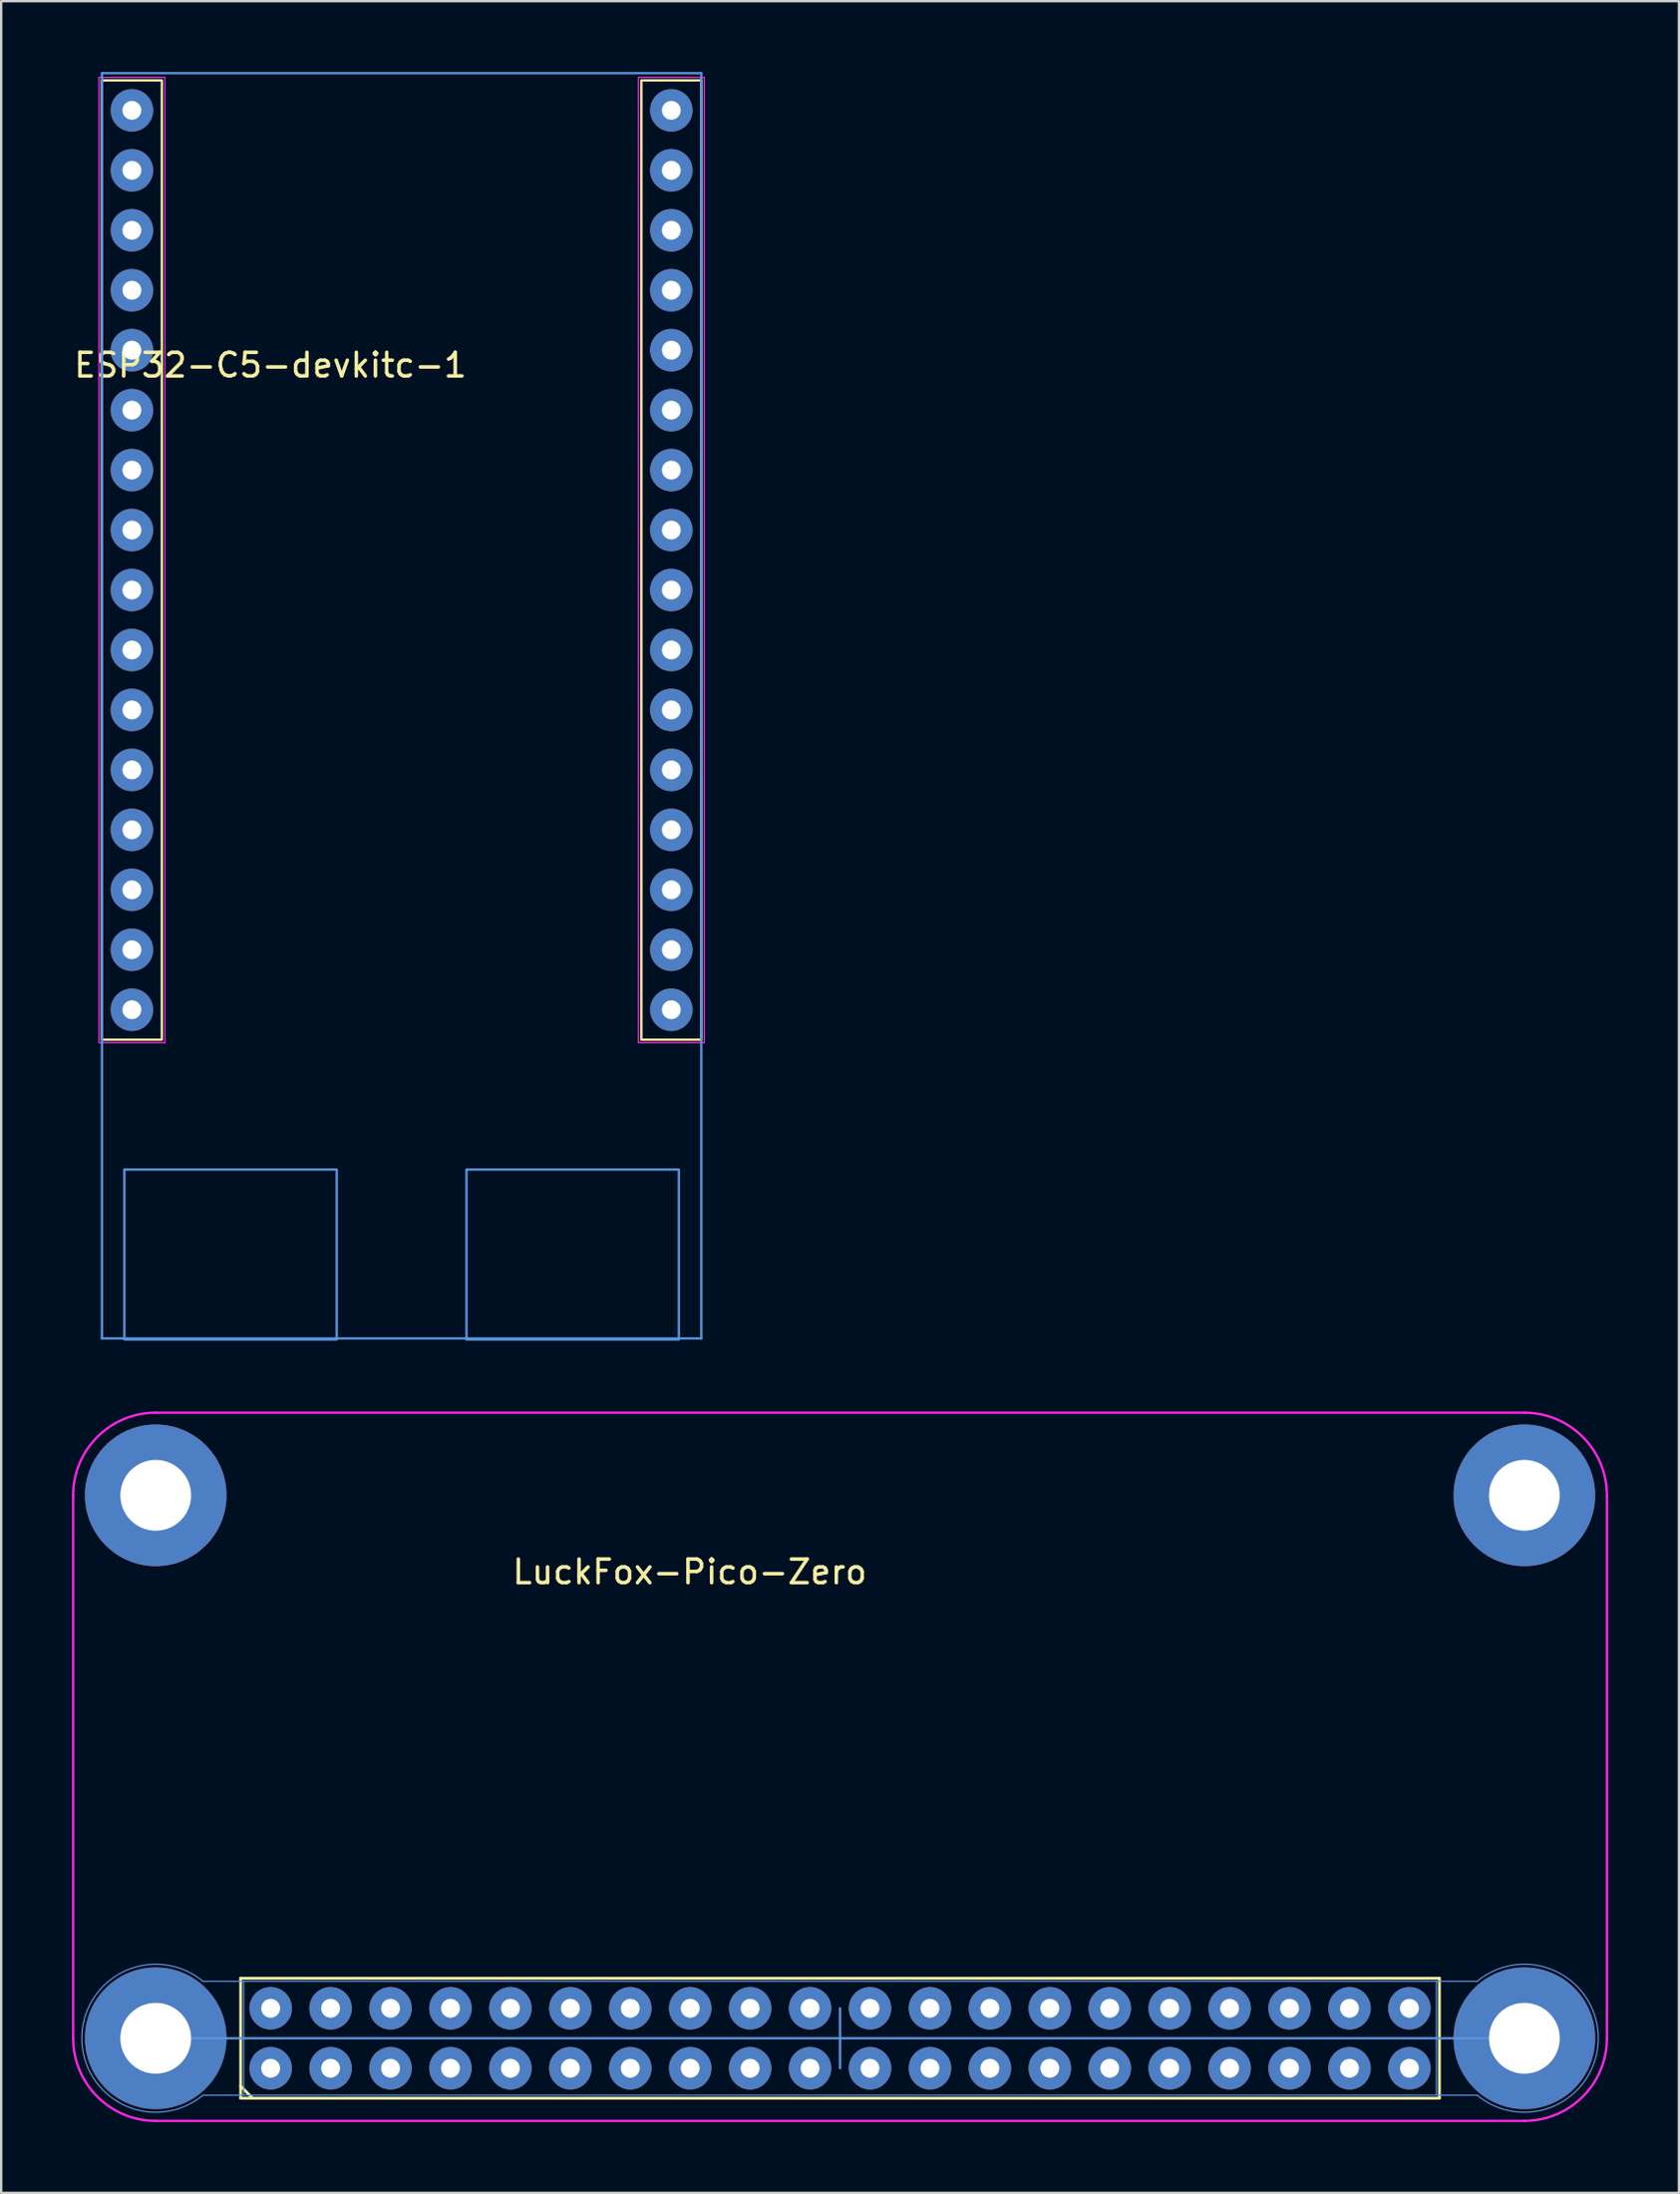
<source format=kicad_pcb>
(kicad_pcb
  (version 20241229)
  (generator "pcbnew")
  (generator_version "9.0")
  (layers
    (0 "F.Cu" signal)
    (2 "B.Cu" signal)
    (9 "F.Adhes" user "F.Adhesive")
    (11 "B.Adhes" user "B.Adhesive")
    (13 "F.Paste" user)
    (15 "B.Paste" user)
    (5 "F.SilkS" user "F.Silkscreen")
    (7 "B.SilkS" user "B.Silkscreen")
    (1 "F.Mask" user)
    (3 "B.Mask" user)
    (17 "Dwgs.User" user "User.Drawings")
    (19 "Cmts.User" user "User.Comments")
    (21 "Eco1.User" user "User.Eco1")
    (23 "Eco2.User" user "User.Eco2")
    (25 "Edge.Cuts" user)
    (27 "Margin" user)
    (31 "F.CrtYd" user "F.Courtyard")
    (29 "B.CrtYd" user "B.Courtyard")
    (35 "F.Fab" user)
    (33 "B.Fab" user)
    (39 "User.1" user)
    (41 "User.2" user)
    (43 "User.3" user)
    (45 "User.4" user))
  (footprint "ESP32-C5-devkitc-1"
    (layer "F.Cu")
    (at 13.97 20.675)
    (property "Reference" "ESP32-C5-devkitc-1" (at -13.97 -8.255 0) (layer "F.SilkS") (effects (font (size 1 1) (thickness 0.15)) (justify left)))
    (attr through_hole)
    (fp_rect (start -12.7 -20.32) (end -10.16 20.32) (stroke (width 0.1) (type default)) (fill no) (layer "F.SilkS"))
    (fp_rect (start 10.16 -20.32) (end 12.7 20.32) (stroke (width 0.1) (type default)) (fill no) (layer "F.SilkS"))
    (fp_line (start -12.7 -20.625) (end -12.7 32.975) (stroke (width 0.1) (type solid)) (layer "Cmts.User"))
    (fp_line (start -12.7 -20.625) (end 12.7 -20.625) (stroke (width 0.1) (type solid)) (layer "Cmts.User"))
    (fp_line (start -12.7 32.975) (end 12.7 32.975) (stroke (width 0.1) (type solid)) (layer "Cmts.User"))
    (fp_line (start 12.7 -20.625) (end 12.7 32.975) (stroke (width 0.1) (type solid)) (layer "Cmts.User"))
    (fp_rect (start -11.75 25.82) (end -2.75 33.02) (stroke (width 0.1) (type solid)) (fill no) (layer "Cmts.User"))
    (fp_rect (start 2.75 25.82) (end 11.75 33.02) (stroke (width 0.1) (type solid)) (fill no) (layer "Cmts.User"))
    (fp_line (start -12.827 -20.447) (end -12.827 20.447) (stroke (width 0.051) (type solid)) (layer "F.CrtYd"))
    (fp_line (start -12.827 -20.447) (end -10.033 -20.447) (stroke (width 0.051) (type solid)) (layer "F.CrtYd"))
    (fp_line (start -12.827 20.447) (end -10.033 20.447) (stroke (width 0.051) (type solid)) (layer "F.CrtYd"))
    (fp_line (start -10.033 -20.447) (end -10.033 20.447) (stroke (width 0.05) (type solid)) (layer "F.CrtYd"))
    (fp_line (start 10.033 -20.447) (end 12.827 -20.447) (stroke (width 0.051) (type solid)) (layer "F.CrtYd"))
    (fp_line (start 10.033 20.447) (end 10.033 -20.447) (stroke (width 0.051) (type solid)) (layer "F.CrtYd"))
    (fp_line (start 10.033 20.447) (end 12.827 20.447) (stroke (width 0.051) (type solid)) (layer "F.CrtYd"))
    (fp_line (start 12.827 -20.447) (end 12.827 20.447) (stroke (width 0.051) (type solid)) (layer "F.CrtYd"))
    (pad "1" thru_hole circle (at -11.43 -19.05 270) (size 1.8 1.8) (drill 0.8) (layers "*.Cu" "*.Mask"))
    (pad "2" thru_hole circle (at -11.43 -16.51 270) (size 1.8 1.8) (drill 0.8) (layers "*.Cu" "*.Mask"))
    (pad "3" thru_hole circle (at -11.43 -13.97 270) (size 1.8 1.8) (drill 0.8) (layers "*.Cu" "*.Mask"))
    (pad "4" thru_hole circle (at -11.43 -11.43 270) (size 1.8 1.8) (drill 0.8) (layers "*.Cu" "*.Mask"))
    (pad "5" thru_hole circle (at -11.43 -8.89 270) (size 1.8 1.8) (drill 0.8) (layers "*.Cu" "*.Mask"))
    (pad "6" thru_hole circle (at -11.43 -6.35 270) (size 1.8 1.8) (drill 0.8) (layers "*.Cu" "*.Mask"))
    (pad "7" thru_hole circle (at -11.43 -3.81 270) (size 1.8 1.8) (drill 0.8) (layers "*.Cu" "*.Mask"))
    (pad "8" thru_hole circle (at -11.43 -1.27 270) (size 1.8 1.8) (drill 0.8) (layers "*.Cu" "*.Mask"))
    (pad "9" thru_hole circle (at -11.43 1.27 270) (size 1.8 1.8) (drill 0.8) (layers "*.Cu" "*.Mask"))
    (pad "10" thru_hole circle (at -11.43 3.81 270) (size 1.8 1.8) (drill 0.8) (layers "*.Cu" "*.Mask"))
    (pad "11" thru_hole circle (at -11.43 6.35 270) (size 1.8 1.8) (drill 0.8) (layers "*.Cu" "*.Mask"))
    (pad "12" thru_hole circle (at -11.43 8.89 270) (size 1.8 1.8) (drill 0.8) (layers "*.Cu" "*.Mask"))
    (pad "13" thru_hole circle (at -11.43 11.43 270) (size 1.8 1.8) (drill 0.8) (layers "*.Cu" "*.Mask"))
    (pad "14" thru_hole circle (at -11.43 13.97 270) (size 1.8 1.8) (drill 0.8) (layers "*.Cu" "*.Mask"))
    (pad "15" thru_hole circle (at -11.43 16.51 270) (size 1.8 1.8) (drill 0.8) (layers "*.Cu" "*.Mask"))
    (pad "16" thru_hole circle (at -11.43 19.05 270) (size 1.8 1.8) (drill 0.8) (layers "*.Cu" "*.Mask"))
    (pad "17" thru_hole circle (at 11.43 19.05 270) (size 1.8 1.8) (drill 0.8) (layers "*.Cu" "*.Mask"))
    (pad "18" thru_hole circle (at 11.43 16.51 270) (size 1.8 1.8) (drill 0.8) (layers "*.Cu" "*.Mask"))
    (pad "19" thru_hole circle (at 11.43 13.97 270) (size 1.8 1.8) (drill 0.8) (layers "*.Cu" "*.Mask"))
    (pad "20" thru_hole circle (at 11.43 11.43 270) (size 1.8 1.8) (drill 0.8) (layers "*.Cu" "*.Mask"))
    (pad "21" thru_hole circle (at 11.43 8.89 270) (size 1.8 1.8) (drill 0.8) (layers "*.Cu" "*.Mask"))
    (pad "22" thru_hole circle (at 11.43 6.35 270) (size 1.8 1.8) (drill 0.8) (layers "*.Cu" "*.Mask"))
    (pad "23" thru_hole circle (at 11.43 3.81 270) (size 1.8 1.8) (drill 0.8) (layers "*.Cu" "*.Mask"))
    (pad "24" thru_hole circle (at 11.43 1.27 270) (size 1.8 1.8) (drill 0.8) (layers "*.Cu" "*.Mask"))
    (pad "25" thru_hole circle (at 11.43 -1.27 270) (size 1.8 1.8) (drill 0.8) (layers "*.Cu" "*.Mask"))
    (pad "26" thru_hole circle (at 11.43 -3.81 270) (size 1.8 1.8) (drill 0.8) (layers "*.Cu" "*.Mask"))
    (pad "27" thru_hole circle (at 11.43 -6.35 270) (size 1.8 1.8) (drill 0.8) (layers "*.Cu" "*.Mask"))
    (pad "28" thru_hole circle (at 11.43 -8.89 270) (size 1.8 1.8) (drill 0.8) (layers "*.Cu" "*.Mask"))
    (pad "29" thru_hole circle (at 11.43 -11.43 270) (size 1.8 1.8) (drill 0.8) (layers "*.Cu" "*.Mask"))
    (pad "30" thru_hole circle (at 11.43 -13.97 270) (size 1.8 1.8) (drill 0.8) (layers "*.Cu" "*.Mask"))
    (pad "31" thru_hole circle (at 11.43 -16.51 270) (size 1.8 1.8) (drill 0.8) (layers "*.Cu" "*.Mask"))
    (pad "32" thru_hole circle (at 11.43 -19.05 270) (size 1.8 1.8) (drill 0.8) (layers "*.Cu" "*.Mask")))
  (footprint "LuckFox-Pico-Zero"
    (layer "F.Cu")
    (at 32.55 71.795)
    (property "Reference" "LuckFox-Pico-Zero" (at -13.97 -8.255 0) (layer "F.SilkS") (effects (font (size 1 1) (thickness 0.15)) (justify left)))
    (attr through_hole)
    (fp_line (start -25.4 8.96) (end -25.4 11.5) (stroke (width 0.12) (type solid)) (layer "F.SilkS"))
    (fp_line (start -25.4 8.96) (end 25.4 8.96) (stroke (width 0.12) (type solid)) (layer "F.SilkS"))
    (fp_line (start -25.4 11.5) (end -25.4 14.04) (stroke (width 0.12) (type solid)) (layer "F.SilkS"))
    (fp_line (start -25.4 14.04) (end 25.4 14.04) (stroke (width 0.12) (type solid)) (layer "F.SilkS"))
    (fp_line (start -24.892 14.04) (end -25.4 13.532) (stroke (width 0.12) (type solid)) (layer "F.SilkS"))
    (fp_line (start 25.4 8.96) (end 25.4 14.04) (stroke (width 0.12) (type solid)) (layer "F.SilkS"))
    (fp_line (start -29 11.5) (end 29 11.5) (stroke (width 0.1) (type default)) (layer "Cmts.User"))
    (fp_line (start -25.273 9.087) (end -27 9.087) (stroke (width 0.05) (type solid)) (layer "Cmts.User"))
    (fp_line (start -25.273 13.913) (end -27 13.913) (stroke (width 0.05) (type solid)) (layer "Cmts.User"))
    (fp_line (start 0 10.23) (end 0 12.77) (stroke (width 0.1) (type solid)) (layer "Cmts.User"))
    (fp_line (start 25.273 9.087) (end 27 9.087) (stroke (width 0.05) (type solid)) (layer "Cmts.User"))
    (fp_line (start 25.273 13.913) (end 27 13.913) (stroke (width 0.05) (type solid)) (layer "Cmts.User"))
    (fp_rect (start -25.273 9.087) (end 25.273 13.913) (stroke (width 0.05) (type solid)) (fill no) (layer "Cmts.User"))
    (fp_arc (start -27 13.913) (mid -32.134098 11.5) (end -27 9.087) (stroke (width 0.05) (type solid)) (layer "Cmts.User"))
    (fp_arc (start 27 9.087) (mid 32.134098 11.5) (end 27 13.913) (stroke (width 0.05) (type solid)) (layer "Cmts.User"))
    (fp_line (start -32.5 -11.5) (end -32.5 11.5) (stroke (width 0.1) (type solid)) (layer "F.CrtYd"))
    (fp_line (start -29 15) (end 29 15) (stroke (width 0.1) (type solid)) (layer "F.CrtYd"))
    (fp_line (start 29 -15) (end -29 -15) (stroke (width 0.1) (type solid)) (layer "F.CrtYd"))
    (fp_line (start 32.5 11.5) (end 32.5 -11.5) (stroke (width 0.1) (type solid)) (layer "F.CrtYd"))
    (fp_arc (start -32.5 -11.5) (mid -31.474874 -13.974874) (end -29 -15) (stroke (width 0.1) (type solid)) (layer "F.CrtYd"))
    (fp_arc (start -29 15) (mid -31.474874 13.974874) (end -32.5 11.5) (stroke (width 0.1) (type solid)) (layer "F.CrtYd"))
    (fp_arc (start 29 -15) (mid 31.474874 -13.974874) (end 32.5 -11.5) (stroke (width 0.1) (type solid)) (layer "F.CrtYd"))
    (fp_arc (start 32.5 11.5) (mid 31.474874 13.974874) (end 29 15) (stroke (width 0.1) (type solid)) (layer "F.CrtYd"))
    (pad "" np_thru_hole circle (at -29 -11.5 270) (size 6 6) (drill 3) (layers "*.Cu" "*.Mask"))
    (pad "" np_thru_hole circle (at -29 11.5 270) (size 6 6) (drill 3) (layers "*.Cu" "*.Mask"))
    (pad "" np_thru_hole circle (at 29 -11.5 270) (size 6 6) (drill 3) (layers "*.Cu" "*.Mask"))
    (pad "" np_thru_hole circle (at 29 11.5 90) (size 6 6) (drill 3) (layers "*.Cu" "*.Mask"))
    (pad "1" thru_hole circle (at 24.13 10.23) (size 1.8 1.8) (drill 0.8) (layers "*.Cu" "*.Mask"))
    (pad "2" thru_hole circle (at 24.13 12.77) (size 1.8 1.8) (drill 0.8) (layers "*.Cu" "*.Mask"))
    (pad "3" thru_hole circle (at 21.59 10.23) (size 1.8 1.8) (drill 0.8) (layers "*.Cu" "*.Mask"))
    (pad "4" thru_hole circle (at 21.59 12.77) (size 1.8 1.8) (drill 0.8) (layers "*.Cu" "*.Mask"))
    (pad "5" thru_hole circle (at 19.05 10.23) (size 1.8 1.8) (drill 0.8) (layers "*.Cu" "*.Mask"))
    (pad "6" thru_hole circle (at 19.05 12.77) (size 1.8 1.8) (drill 0.8) (layers "*.Cu" "*.Mask"))
    (pad "7" thru_hole circle (at 16.51 10.23) (size 1.8 1.8) (drill 0.8) (layers "*.Cu" "*.Mask"))
    (pad "8" thru_hole circle (at 16.51 12.77) (size 1.8 1.8) (drill 0.8) (layers "*.Cu" "*.Mask"))
    (pad "9" thru_hole circle (at 13.97 10.23) (size 1.8 1.8) (drill 0.8) (layers "*.Cu" "*.Mask"))
    (pad "10" thru_hole circle (at 13.97 12.77) (size 1.8 1.8) (drill 0.8) (layers "*.Cu" "*.Mask"))
    (pad "11" thru_hole circle (at 11.43 10.23) (size 1.8 1.8) (drill 0.8) (layers "*.Cu" "*.Mask"))
    (pad "12" thru_hole circle (at 11.43 12.77) (size 1.8 1.8) (drill 0.8) (layers "*.Cu" "*.Mask"))
    (pad "13" thru_hole circle (at 8.89 10.23) (size 1.8 1.8) (drill 0.8) (layers "*.Cu" "*.Mask"))
    (pad "14" thru_hole circle (at 8.89 12.77) (size 1.8 1.8) (drill 0.8) (layers "*.Cu" "*.Mask"))
    (pad "15" thru_hole circle (at 6.35 10.23) (size 1.8 1.8) (drill 0.8) (layers "*.Cu" "*.Mask"))
    (pad "16" thru_hole circle (at 6.35 12.77) (size 1.8 1.8) (drill 0.8) (layers "*.Cu" "*.Mask"))
    (pad "17" thru_hole circle (at 3.81 10.23) (size 1.8 1.8) (drill 0.8) (layers "*.Cu" "*.Mask"))
    (pad "18" thru_hole circle (at 3.81 12.77) (size 1.8 1.8) (drill 0.8) (layers "*.Cu" "*.Mask"))
    (pad "19" thru_hole circle (at 1.27 10.23) (size 1.8 1.8) (drill 0.8) (layers "*.Cu" "*.Mask"))
    (pad "20" thru_hole circle (at 1.27 12.77) (size 1.8 1.8) (drill 0.8) (layers "*.Cu" "*.Mask"))
    (pad "21" thru_hole circle (at -1.27 10.23) (size 1.8 1.8) (drill 0.8) (layers "*.Cu" "*.Mask"))
    (pad "22" thru_hole circle (at -1.27 12.77) (size 1.8 1.8) (drill 0.8) (layers "*.Cu" "*.Mask"))
    (pad "23" thru_hole circle (at -3.81 10.23) (size 1.8 1.8) (drill 0.8) (layers "*.Cu" "*.Mask"))
    (pad "24" thru_hole circle (at -3.81 12.77) (size 1.8 1.8) (drill 0.8) (layers "*.Cu" "*.Mask"))
    (pad "25" thru_hole circle (at -6.35 10.23) (size 1.8 1.8) (drill 0.8) (layers "*.Cu" "*.Mask"))
    (pad "26" thru_hole circle (at -6.35 12.77) (size 1.8 1.8) (drill 0.8) (layers "*.Cu" "*.Mask"))
    (pad "27" thru_hole circle (at -8.89 10.23) (size 1.8 1.8) (drill 0.8) (layers "*.Cu" "*.Mask"))
    (pad "28" thru_hole circle (at -8.89 12.77) (size 1.8 1.8) (drill 0.8) (layers "*.Cu" "*.Mask"))
    (pad "29" thru_hole circle (at -11.43 10.23) (size 1.8 1.8) (drill 0.8) (layers "*.Cu" "*.Mask"))
    (pad "30" thru_hole circle (at -11.43 12.77) (size 1.8 1.8) (drill 0.8) (layers "*.Cu" "*.Mask"))
    (pad "31" thru_hole circle (at -13.97 10.23) (size 1.8 1.8) (drill 0.8) (layers "*.Cu" "*.Mask"))
    (pad "32" thru_hole circle (at -13.97 12.77) (size 1.8 1.8) (drill 0.8) (layers "*.Cu" "*.Mask"))
    (pad "33" thru_hole circle (at -16.51 10.23) (size 1.8 1.8) (drill 0.8) (layers "*.Cu" "*.Mask"))
    (pad "34" thru_hole circle (at -16.51 12.77) (size 1.8 1.8) (drill 0.8) (layers "*.Cu" "*.Mask"))
    (pad "35" thru_hole circle (at -19.05 10.23) (size 1.8 1.8) (drill 0.8) (layers "*.Cu" "*.Mask"))
    (pad "36" thru_hole circle (at -19.05 12.77) (size 1.8 1.8) (drill 0.8) (layers "*.Cu" "*.Mask"))
    (pad "37" thru_hole circle (at -21.59 10.23) (size 1.8 1.8) (drill 0.8) (layers "*.Cu" "*.Mask"))
    (pad "38" thru_hole circle (at -21.59 12.77) (size 1.8 1.8) (drill 0.8) (layers "*.Cu" "*.Mask"))
    (pad "39" thru_hole circle (at -24.13 10.23) (size 1.8 1.8) (drill 0.8) (layers "*.Cu" "*.Mask"))
    (pad "40" thru_hole circle (at -24.13 12.77) (size 1.8 1.8) (drill 0.8) (layers "*.Cu" "*.Mask")))
  (gr_rect
    (start -3 -3)
    (end 68.1 89.845)
    (stroke (width 0.1) (type default))
    (fill no)
    (layer "Edge.Cuts")))
</source>
